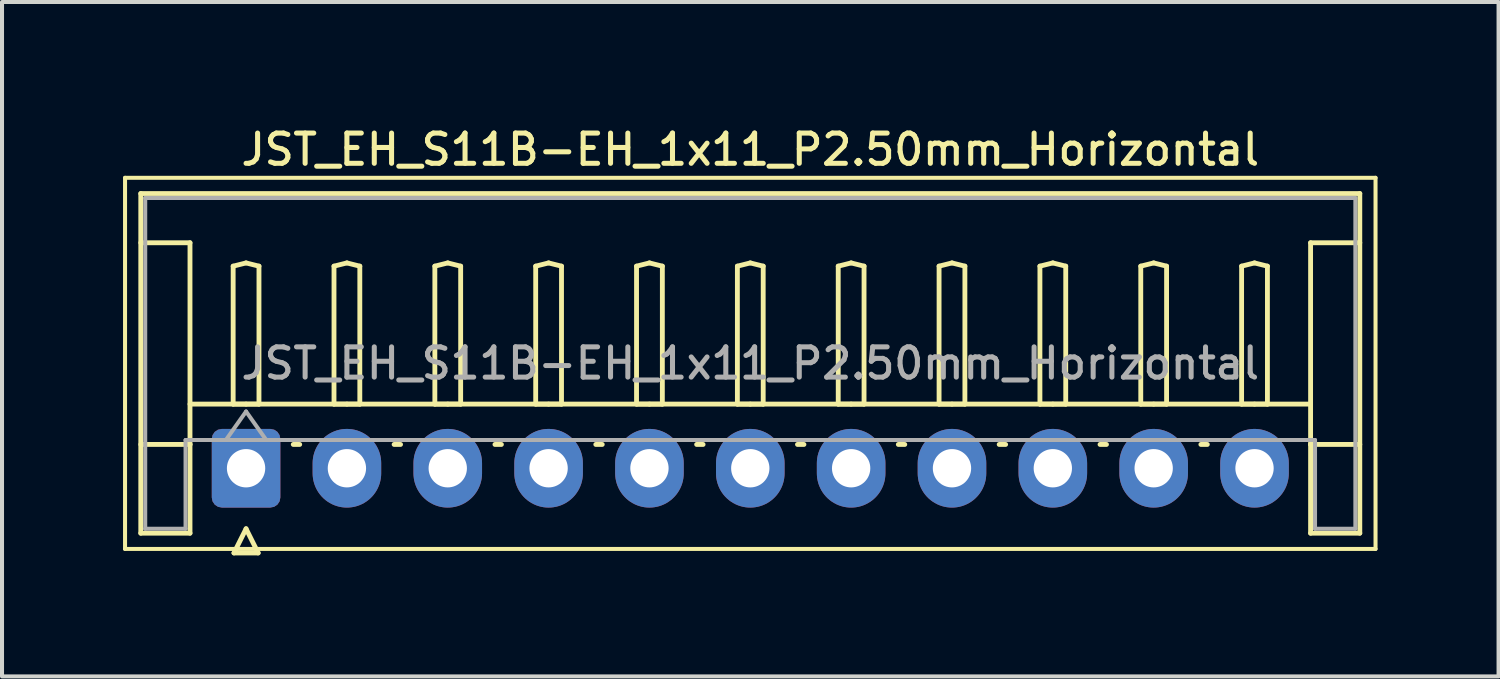
<source format=kicad_pcb>
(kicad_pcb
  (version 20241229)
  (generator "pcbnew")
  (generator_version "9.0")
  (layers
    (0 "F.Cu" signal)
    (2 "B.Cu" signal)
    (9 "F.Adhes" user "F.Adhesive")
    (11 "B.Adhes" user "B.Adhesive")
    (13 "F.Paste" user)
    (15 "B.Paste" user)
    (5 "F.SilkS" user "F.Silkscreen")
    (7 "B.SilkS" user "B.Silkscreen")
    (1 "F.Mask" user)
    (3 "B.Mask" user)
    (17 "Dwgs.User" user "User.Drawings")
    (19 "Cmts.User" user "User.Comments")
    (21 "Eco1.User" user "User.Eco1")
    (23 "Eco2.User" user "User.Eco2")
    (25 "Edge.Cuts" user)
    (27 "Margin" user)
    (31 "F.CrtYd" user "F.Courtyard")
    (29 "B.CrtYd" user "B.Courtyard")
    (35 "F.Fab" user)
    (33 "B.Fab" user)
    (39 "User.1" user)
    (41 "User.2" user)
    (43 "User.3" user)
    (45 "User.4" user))
  (footprint "JST_EH_S11B-EH_1x11_P2.50mm_Horizontal"
    (layer "F.Cu")
    (at 3.05 8.558)
    (property "Reference" "JST_EH_S11B-EH_1x11_P2.50mm_Horizontal" (at 12.5 -7.9 0) (layer "F.SilkS") (effects (font (size 0.75 0.75) (thickness 0.125))))
    (attr through_hole)
    (fp_line (start -3 -7.2) (end -3 2) (stroke (width 0.1) (type solid)) (layer "F.SilkS"))
    (fp_line (start -3 2) (end 28 2) (stroke (width 0.1) (type solid)) (layer "F.SilkS"))
    (fp_line (start -2.61 -6.81) (end 27.61 -6.81) (stroke (width 0.12) (type solid)) (layer "F.SilkS"))
    (fp_line (start -2.61 -5.59) (end -1.39 -5.59) (stroke (width 0.12) (type solid)) (layer "F.SilkS"))
    (fp_line (start -2.61 1.61) (end -2.61 -6.81) (stroke (width 0.12) (type solid)) (layer "F.SilkS"))
    (fp_line (start -1.39 -5.59) (end -1.39 -0.59) (stroke (width 0.12) (type solid)) (layer "F.SilkS"))
    (fp_line (start -1.39 -1.59) (end 26.39 -1.59) (stroke (width 0.12) (type solid)) (layer "F.SilkS"))
    (fp_line (start -1.39 -0.59) (end -2.61 -0.59) (stroke (width 0.12) (type solid)) (layer "F.SilkS"))
    (fp_line (start -1.39 -0.59) (end -1.39 1.61) (stroke (width 0.12) (type solid)) (layer "F.SilkS"))
    (fp_line (start -1.39 1.61) (end -2.61 1.61) (stroke (width 0.12) (type solid)) (layer "F.SilkS"))
    (fp_line (start -0.32 -5.01) (end 0 -5.09) (stroke (width 0.12) (type solid)) (layer "F.SilkS"))
    (fp_line (start -0.32 -1.59) (end -0.32 -5.01) (stroke (width 0.12) (type solid)) (layer "F.SilkS"))
    (fp_line (start -0.3 2.1) (end 0.3 2.1) (stroke (width 0.12) (type solid)) (layer "F.SilkS"))
    (fp_line (start 0 -5.09) (end 0.32 -5.01) (stroke (width 0.12) (type solid)) (layer "F.SilkS"))
    (fp_line (start 0 -1.59) (end -0.32 -1.59) (stroke (width 0.12) (type solid)) (layer "F.SilkS"))
    (fp_line (start 0 1.5) (end -0.3 2.1) (stroke (width 0.12) (type solid)) (layer "F.SilkS"))
    (fp_line (start 0.3 2.1) (end 0 1.5) (stroke (width 0.12) (type solid)) (layer "F.SilkS"))
    (fp_line (start 0.32 -5.01) (end 0.32 -1.59) (stroke (width 0.12) (type solid)) (layer "F.SilkS"))
    (fp_line (start 0.32 -1.59) (end 0 -1.59) (stroke (width 0.12) (type solid)) (layer "F.SilkS"))
    (fp_line (start 1.17 -0.59) (end 1.33 -0.59) (stroke (width 0.12) (type solid)) (layer "F.SilkS"))
    (fp_line (start 2.18 -5.01) (end 2.5 -5.09) (stroke (width 0.12) (type solid)) (layer "F.SilkS"))
    (fp_line (start 2.18 -1.59) (end 2.18 -5.01) (stroke (width 0.12) (type solid)) (layer "F.SilkS"))
    (fp_line (start 2.5 -5.09) (end 2.82 -5.01) (stroke (width 0.12) (type solid)) (layer "F.SilkS"))
    (fp_line (start 2.5 -1.59) (end 2.18 -1.59) (stroke (width 0.12) (type solid)) (layer "F.SilkS"))
    (fp_line (start 2.82 -5.01) (end 2.82 -1.59) (stroke (width 0.12) (type solid)) (layer "F.SilkS"))
    (fp_line (start 2.82 -1.59) (end 2.5 -1.59) (stroke (width 0.12) (type solid)) (layer "F.SilkS"))
    (fp_line (start 3.67 -0.59) (end 3.83 -0.59) (stroke (width 0.12) (type solid)) (layer "F.SilkS"))
    (fp_line (start 4.68 -5.01) (end 5 -5.09) (stroke (width 0.12) (type solid)) (layer "F.SilkS"))
    (fp_line (start 4.68 -1.59) (end 4.68 -5.01) (stroke (width 0.12) (type solid)) (layer "F.SilkS"))
    (fp_line (start 5 -5.09) (end 5.32 -5.01) (stroke (width 0.12) (type solid)) (layer "F.SilkS"))
    (fp_line (start 5 -1.59) (end 4.68 -1.59) (stroke (width 0.12) (type solid)) (layer "F.SilkS"))
    (fp_line (start 5.32 -5.01) (end 5.32 -1.59) (stroke (width 0.12) (type solid)) (layer "F.SilkS"))
    (fp_line (start 5.32 -1.59) (end 5 -1.59) (stroke (width 0.12) (type solid)) (layer "F.SilkS"))
    (fp_line (start 6.17 -0.59) (end 6.33 -0.59) (stroke (width 0.12) (type solid)) (layer "F.SilkS"))
    (fp_line (start 7.18 -5.01) (end 7.5 -5.09) (stroke (width 0.12) (type solid)) (layer "F.SilkS"))
    (fp_line (start 7.18 -1.59) (end 7.18 -5.01) (stroke (width 0.12) (type solid)) (layer "F.SilkS"))
    (fp_line (start 7.5 -5.09) (end 7.82 -5.01) (stroke (width 0.12) (type solid)) (layer "F.SilkS"))
    (fp_line (start 7.5 -1.59) (end 7.18 -1.59) (stroke (width 0.12) (type solid)) (layer "F.SilkS"))
    (fp_line (start 7.82 -5.01) (end 7.82 -1.59) (stroke (width 0.12) (type solid)) (layer "F.SilkS"))
    (fp_line (start 7.82 -1.59) (end 7.5 -1.59) (stroke (width 0.12) (type solid)) (layer "F.SilkS"))
    (fp_line (start 8.67 -0.59) (end 8.83 -0.59) (stroke (width 0.12) (type solid)) (layer "F.SilkS"))
    (fp_line (start 9.68 -5.01) (end 10 -5.09) (stroke (width 0.12) (type solid)) (layer "F.SilkS"))
    (fp_line (start 9.68 -1.59) (end 9.68 -5.01) (stroke (width 0.12) (type solid)) (layer "F.SilkS"))
    (fp_line (start 10 -5.09) (end 10.32 -5.01) (stroke (width 0.12) (type solid)) (layer "F.SilkS"))
    (fp_line (start 10 -1.59) (end 9.68 -1.59) (stroke (width 0.12) (type solid)) (layer "F.SilkS"))
    (fp_line (start 10.32 -5.01) (end 10.32 -1.59) (stroke (width 0.12) (type solid)) (layer "F.SilkS"))
    (fp_line (start 10.32 -1.59) (end 10 -1.59) (stroke (width 0.12) (type solid)) (layer "F.SilkS"))
    (fp_line (start 11.17 -0.59) (end 11.33 -0.59) (stroke (width 0.12) (type solid)) (layer "F.SilkS"))
    (fp_line (start 12.18 -5.01) (end 12.5 -5.09) (stroke (width 0.12) (type solid)) (layer "F.SilkS"))
    (fp_line (start 12.18 -1.59) (end 12.18 -5.01) (stroke (width 0.12) (type solid)) (layer "F.SilkS"))
    (fp_line (start 12.5 -5.09) (end 12.82 -5.01) (stroke (width 0.12) (type solid)) (layer "F.SilkS"))
    (fp_line (start 12.5 -1.59) (end 12.18 -1.59) (stroke (width 0.12) (type solid)) (layer "F.SilkS"))
    (fp_line (start 12.82 -5.01) (end 12.82 -1.59) (stroke (width 0.12) (type solid)) (layer "F.SilkS"))
    (fp_line (start 12.82 -1.59) (end 12.5 -1.59) (stroke (width 0.12) (type solid)) (layer "F.SilkS"))
    (fp_line (start 13.67 -0.59) (end 13.83 -0.59) (stroke (width 0.12) (type solid)) (layer "F.SilkS"))
    (fp_line (start 14.68 -5.01) (end 15 -5.09) (stroke (width 0.12) (type solid)) (layer "F.SilkS"))
    (fp_line (start 14.68 -1.59) (end 14.68 -5.01) (stroke (width 0.12) (type solid)) (layer "F.SilkS"))
    (fp_line (start 15 -5.09) (end 15.32 -5.01) (stroke (width 0.12) (type solid)) (layer "F.SilkS"))
    (fp_line (start 15 -1.59) (end 14.68 -1.59) (stroke (width 0.12) (type solid)) (layer "F.SilkS"))
    (fp_line (start 15.32 -5.01) (end 15.32 -1.59) (stroke (width 0.12) (type solid)) (layer "F.SilkS"))
    (fp_line (start 15.32 -1.59) (end 15 -1.59) (stroke (width 0.12) (type solid)) (layer "F.SilkS"))
    (fp_line (start 16.17 -0.59) (end 16.33 -0.59) (stroke (width 0.12) (type solid)) (layer "F.SilkS"))
    (fp_line (start 17.18 -5.01) (end 17.5 -5.09) (stroke (width 0.12) (type solid)) (layer "F.SilkS"))
    (fp_line (start 17.18 -1.59) (end 17.18 -5.01) (stroke (width 0.12) (type solid)) (layer "F.SilkS"))
    (fp_line (start 17.5 -5.09) (end 17.82 -5.01) (stroke (width 0.12) (type solid)) (layer "F.SilkS"))
    (fp_line (start 17.5 -1.59) (end 17.18 -1.59) (stroke (width 0.12) (type solid)) (layer "F.SilkS"))
    (fp_line (start 17.82 -5.01) (end 17.82 -1.59) (stroke (width 0.12) (type solid)) (layer "F.SilkS"))
    (fp_line (start 17.82 -1.59) (end 17.5 -1.59) (stroke (width 0.12) (type solid)) (layer "F.SilkS"))
    (fp_line (start 18.67 -0.59) (end 18.83 -0.59) (stroke (width 0.12) (type solid)) (layer "F.SilkS"))
    (fp_line (start 19.68 -5.01) (end 20 -5.09) (stroke (width 0.12) (type solid)) (layer "F.SilkS"))
    (fp_line (start 19.68 -1.59) (end 19.68 -5.01) (stroke (width 0.12) (type solid)) (layer "F.SilkS"))
    (fp_line (start 20 -5.09) (end 20.32 -5.01) (stroke (width 0.12) (type solid)) (layer "F.SilkS"))
    (fp_line (start 20 -1.59) (end 19.68 -1.59) (stroke (width 0.12) (type solid)) (layer "F.SilkS"))
    (fp_line (start 20.32 -5.01) (end 20.32 -1.59) (stroke (width 0.12) (type solid)) (layer "F.SilkS"))
    (fp_line (start 20.32 -1.59) (end 20 -1.59) (stroke (width 0.12) (type solid)) (layer "F.SilkS"))
    (fp_line (start 21.17 -0.59) (end 21.33 -0.59) (stroke (width 0.12) (type solid)) (layer "F.SilkS"))
    (fp_line (start 22.18 -5.01) (end 22.5 -5.09) (stroke (width 0.12) (type solid)) (layer "F.SilkS"))
    (fp_line (start 22.18 -1.59) (end 22.18 -5.01) (stroke (width 0.12) (type solid)) (layer "F.SilkS"))
    (fp_line (start 22.5 -5.09) (end 22.82 -5.01) (stroke (width 0.12) (type solid)) (layer "F.SilkS"))
    (fp_line (start 22.5 -1.59) (end 22.18 -1.59) (stroke (width 0.12) (type solid)) (layer "F.SilkS"))
    (fp_line (start 22.82 -5.01) (end 22.82 -1.59) (stroke (width 0.12) (type solid)) (layer "F.SilkS"))
    (fp_line (start 22.82 -1.59) (end 22.5 -1.59) (stroke (width 0.12) (type solid)) (layer "F.SilkS"))
    (fp_line (start 23.67 -0.59) (end 23.83 -0.59) (stroke (width 0.12) (type solid)) (layer "F.SilkS"))
    (fp_line (start 24.68 -5.01) (end 25 -5.09) (stroke (width 0.12) (type solid)) (layer "F.SilkS"))
    (fp_line (start 24.68 -1.59) (end 24.68 -5.01) (stroke (width 0.12) (type solid)) (layer "F.SilkS"))
    (fp_line (start 25 -5.09) (end 25.32 -5.01) (stroke (width 0.12) (type solid)) (layer "F.SilkS"))
    (fp_line (start 25 -1.59) (end 24.68 -1.59) (stroke (width 0.12) (type solid)) (layer "F.SilkS"))
    (fp_line (start 25.32 -5.01) (end 25.32 -1.59) (stroke (width 0.12) (type solid)) (layer "F.SilkS"))
    (fp_line (start 25.32 -1.59) (end 25 -1.59) (stroke (width 0.12) (type solid)) (layer "F.SilkS"))
    (fp_line (start 26.39 -5.59) (end 26.39 -0.59) (stroke (width 0.12) (type solid)) (layer "F.SilkS"))
    (fp_line (start 26.39 -0.59) (end 27.61 -0.59) (stroke (width 0.12) (type solid)) (layer "F.SilkS"))
    (fp_line (start 26.39 1.61) (end 26.39 -0.59) (stroke (width 0.12) (type solid)) (layer "F.SilkS"))
    (fp_line (start 27.61 -6.81) (end 27.61 1.61) (stroke (width 0.12) (type solid)) (layer "F.SilkS"))
    (fp_line (start 27.61 -5.59) (end 26.39 -5.59) (stroke (width 0.12) (type solid)) (layer "F.SilkS"))
    (fp_line (start 27.61 1.61) (end 26.39 1.61) (stroke (width 0.12) (type solid)) (layer "F.SilkS"))
    (fp_line (start 28 -7.2) (end -3 -7.2) (stroke (width 0.1) (type solid)) (layer "F.SilkS"))
    (fp_line (start 28 2) (end 28 -7.2) (stroke (width 0.1) (type solid)) (layer "F.SilkS"))
    (fp_line (start -2.5 -6.7) (end 27.5 -6.7) (stroke (width 0.1) (type solid)) (layer "F.Fab"))
    (fp_line (start -2.5 1.5) (end -2.5 -6.7) (stroke (width 0.1) (type solid)) (layer "F.Fab"))
    (fp_line (start -1.5 -0.7) (end -1.5 1.5) (stroke (width 0.1) (type solid)) (layer "F.Fab"))
    (fp_line (start -1.5 1.5) (end -2.5 1.5) (stroke (width 0.1) (type solid)) (layer "F.Fab"))
    (fp_line (start -0.5 -0.7) (end 0 -1.407) (stroke (width 0.1) (type solid)) (layer "F.Fab"))
    (fp_line (start 0 -1.407) (end 0.5 -0.7) (stroke (width 0.1) (type solid)) (layer "F.Fab"))
    (fp_line (start 26.5 -0.7) (end -1.5 -0.7) (stroke (width 0.1) (type solid)) (layer "F.Fab"))
    (fp_line (start 26.5 1.5) (end 26.5 -0.7) (stroke (width 0.1) (type solid)) (layer "F.Fab"))
    (fp_line (start 27.5 -6.7) (end 27.5 1.5) (stroke (width 0.1) (type solid)) (layer "F.Fab"))
    (fp_line (start 27.5 1.5) (end 26.5 1.5) (stroke (width 0.1) (type solid)) (layer "F.Fab"))
    (fp_text user "${REFERENCE}" (at 12.5 -2.6 0) (layer "F.Fab") (effects (font (size 0.75 0.75) (thickness 0.125))))
    (pad "1" thru_hole roundrect (at 0 0) (size 1.7 1.95) (drill 0.95) (layers "*.Cu" "*.Mask") (roundrect_rratio 0.147))
    (pad "2" thru_hole oval (at 2.5 0) (size 1.7 1.95) (drill 0.95) (layers "*.Cu" "*.Mask"))
    (pad "3" thru_hole oval (at 5 0) (size 1.7 1.95) (drill 0.95) (layers "*.Cu" "*.Mask"))
    (pad "4" thru_hole oval (at 7.5 0) (size 1.7 1.95) (drill 0.95) (layers "*.Cu" "*.Mask"))
    (pad "5" thru_hole oval (at 10 0) (size 1.7 1.95) (drill 0.95) (layers "*.Cu" "*.Mask"))
    (pad "6" thru_hole oval (at 12.5 0) (size 1.7 1.95) (drill 0.95) (layers "*.Cu" "*.Mask"))
    (pad "7" thru_hole oval (at 15 0) (size 1.7 1.95) (drill 0.95) (layers "*.Cu" "*.Mask"))
    (pad "8" thru_hole oval (at 17.5 0) (size 1.7 1.95) (drill 0.95) (layers "*.Cu" "*.Mask"))
    (pad "9" thru_hole oval (at 20 0) (size 1.7 1.95) (drill 0.95) (layers "*.Cu" "*.Mask"))
    (pad "10" thru_hole oval (at 22.5 0) (size 1.7 1.95) (drill 0.95) (layers "*.Cu" "*.Mask"))
    (pad "11" thru_hole oval (at 25 0) (size 1.7 1.95) (drill 0.95) (layers "*.Cu" "*.Mask")))
  (gr_rect
    (start -3 -3)
    (end 34.1 13.718)
    (stroke (width 0.1) (type default))
    (fill no)
    (layer "Edge.Cuts")))
</source>
